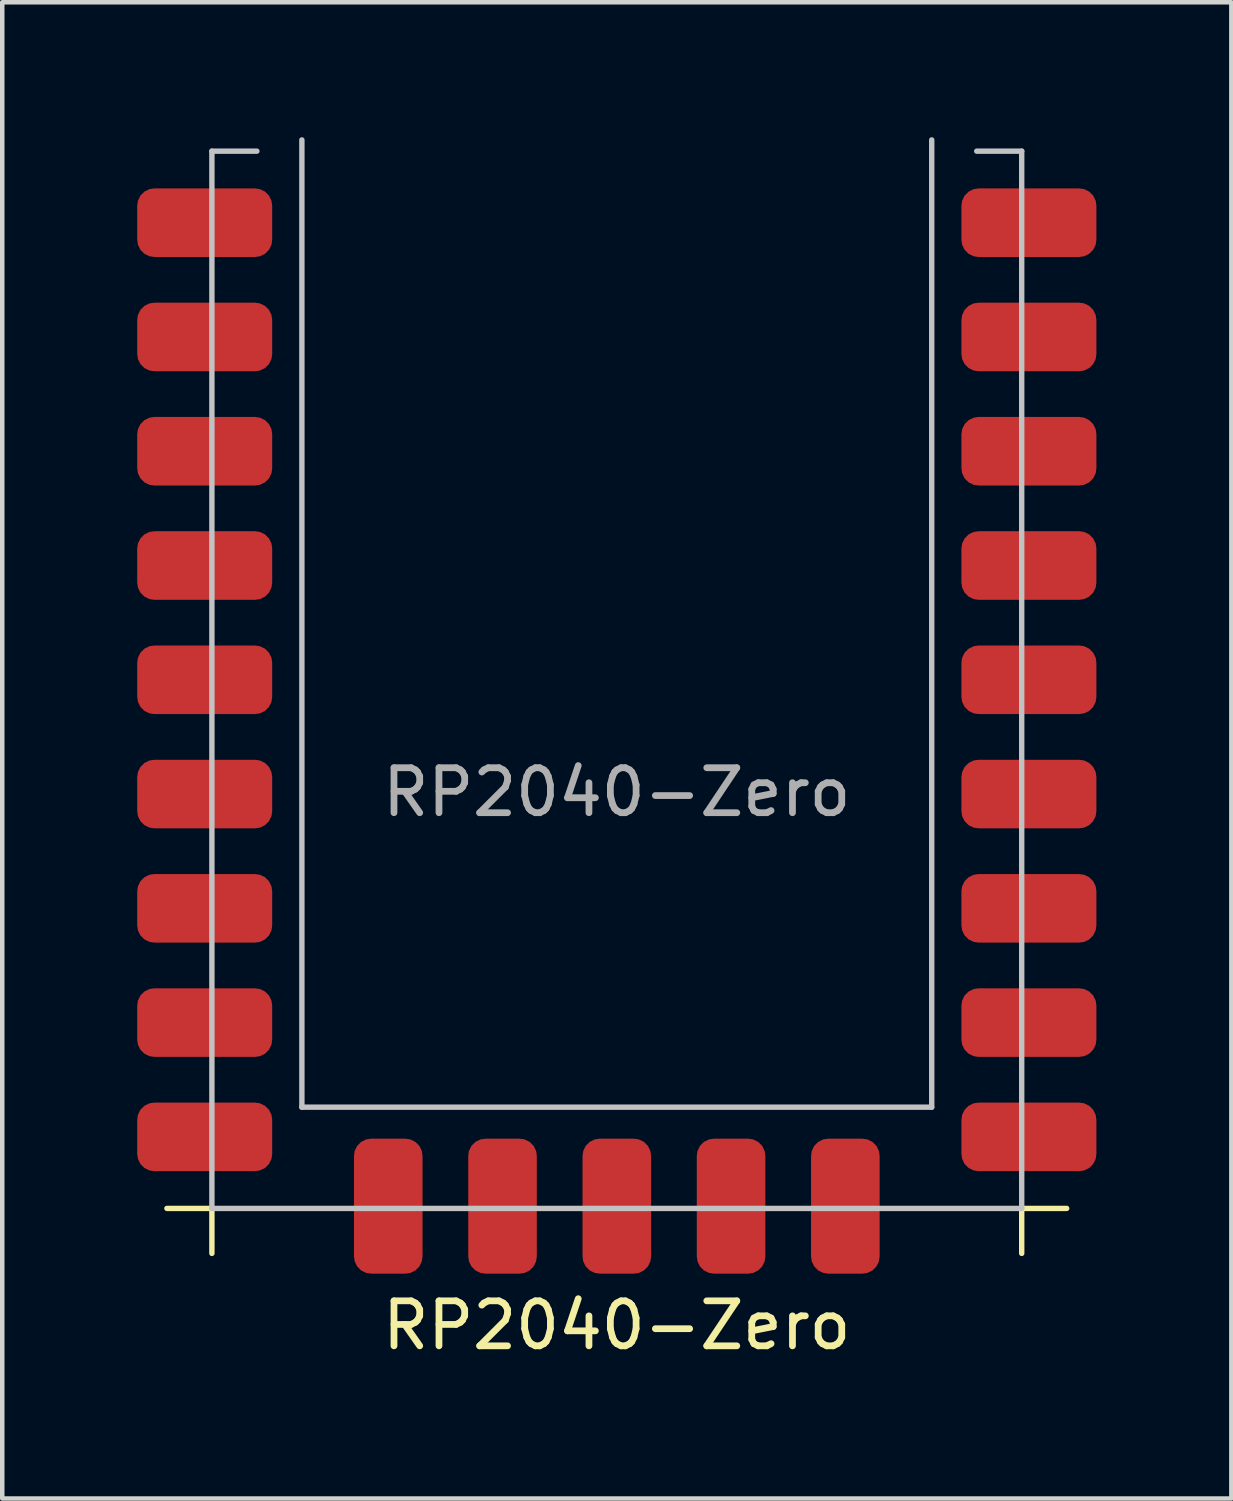
<source format=kicad_pcb>
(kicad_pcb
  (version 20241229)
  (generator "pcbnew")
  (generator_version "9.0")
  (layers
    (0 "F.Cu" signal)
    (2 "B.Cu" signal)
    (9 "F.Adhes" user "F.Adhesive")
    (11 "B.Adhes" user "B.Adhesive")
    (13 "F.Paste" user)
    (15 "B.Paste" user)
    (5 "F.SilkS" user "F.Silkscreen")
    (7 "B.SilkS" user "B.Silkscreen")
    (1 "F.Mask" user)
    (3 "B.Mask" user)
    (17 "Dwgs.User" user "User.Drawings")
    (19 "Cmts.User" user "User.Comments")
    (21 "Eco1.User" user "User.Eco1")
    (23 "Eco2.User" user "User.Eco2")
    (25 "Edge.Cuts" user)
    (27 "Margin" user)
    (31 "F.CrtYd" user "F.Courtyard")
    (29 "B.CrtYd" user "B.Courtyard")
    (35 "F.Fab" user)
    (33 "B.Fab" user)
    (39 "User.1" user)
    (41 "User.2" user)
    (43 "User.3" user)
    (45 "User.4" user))
  (footprint "RP2040-Zero"
    (layer "F.Cu")
    (at 10.619 9.545)
    (property "Reference" "RP2040-Zero" (at 0.041 16.865 0) (unlocked yes) (layer "F.SilkS") (effects (font (size 1 1) (thickness 0.15))))
    (attr smd)
    (fp_line (start -8.959 14.265) (end -9.959 14.265) (stroke (width 0.12) (type solid)) (layer "F.SilkS"))
    (fp_line (start -8.959 14.265) (end -8.959 15.265) (stroke (width 0.12) (type solid)) (layer "F.SilkS"))
    (fp_line (start 9.041 14.265) (end 9.041 15.265) (stroke (width 0.12) (type solid)) (layer "F.SilkS"))
    (fp_line (start 9.041 14.265) (end 10.041 14.265) (stroke (width 0.12) (type solid)) (layer "F.SilkS"))
    (fp_line (start -8.959 -9.235) (end -8.959 14.265) (stroke (width 0.12) (type solid)) (layer "Dwgs.User"))
    (fp_line (start -8.959 -9.235) (end -7.959 -9.235) (stroke (width 0.12) (type solid)) (layer "Dwgs.User"))
    (fp_line (start -8.959 14.265) (end 9.041 14.265) (stroke (width 0.12) (type solid)) (layer "Dwgs.User"))
    (fp_line (start -6.959 -9.485) (end -6.959 12.015) (stroke (width 0.12) (type solid)) (layer "Dwgs.User"))
    (fp_line (start -6.959 12.015) (end 7.041 12.015) (stroke (width 0.12) (type solid)) (layer "Dwgs.User"))
    (fp_line (start 7.041 12.015) (end 7.041 -9.485) (stroke (width 0.12) (type solid)) (layer "Dwgs.User"))
    (fp_line (start 9.041 -9.235) (end 8.041 -9.235) (stroke (width 0.12) (type solid)) (layer "Dwgs.User"))
    (fp_line (start 9.041 14.265) (end 9.041 -9.235) (stroke (width 0.12) (type solid)) (layer "Dwgs.User"))
    (fp_text user "${REFERENCE}" (at 0.041 5.015 0) (unlocked yes) (layer "F.Fab") (effects (font (size 1 1) (thickness 0.15))))
    (pad "1" smd roundrect (at 9.201 -7.645 180) (size 3 1.524) (layers "F.Cu" "F.Mask" "F.Paste") (roundrect_rratio 0.25))
    (pad "2" smd roundrect (at 9.201 -5.105 180) (size 3 1.524) (layers "F.Cu" "F.Mask" "F.Paste") (roundrect_rratio 0.25))
    (pad "3" smd roundrect (at 9.201 -2.565 180) (size 3 1.524) (layers "F.Cu" "F.Mask" "F.Paste") (roundrect_rratio 0.25))
    (pad "4" smd roundrect (at 9.201 -0.025 180) (size 3 1.524) (layers "F.Cu" "F.Mask" "F.Paste") (roundrect_rratio 0.25))
    (pad "5" smd roundrect (at 9.201 2.515 180) (size 3 1.524) (layers "F.Cu" "F.Mask" "F.Paste") (roundrect_rratio 0.25))
    (pad "6" smd roundrect (at 9.201 5.055 180) (size 3 1.524) (layers "F.Cu" "F.Mask" "F.Paste") (roundrect_rratio 0.25))
    (pad "7" smd roundrect (at 9.201 7.595 180) (size 3 1.524) (layers "F.Cu" "F.Mask" "F.Paste") (roundrect_rratio 0.25))
    (pad "8" smd roundrect (at 9.201 10.135 180) (size 3 1.524) (layers "F.Cu" "F.Mask" "F.Paste") (roundrect_rratio 0.25))
    (pad "9" smd roundrect (at 9.201 12.675 180) (size 3 1.524) (layers "F.Cu" "F.Mask" "F.Paste") (roundrect_rratio 0.25))
    (pad "10" smd roundrect (at 5.121 14.215 270) (size 3 1.524) (layers "F.Cu" "F.Mask" "F.Paste") (roundrect_rratio 0.25))
    (pad "11" smd roundrect (at 2.581 14.215 270) (size 3 1.524) (layers "F.Cu" "F.Mask" "F.Paste") (roundrect_rratio 0.25))
    (pad "12" smd roundrect (at 0.041 14.215 270) (size 3 1.524) (layers "F.Cu" "F.Mask" "F.Paste") (roundrect_rratio 0.25))
    (pad "13" smd roundrect (at -2.499 14.215 270) (size 3 1.524) (layers "F.Cu" "F.Mask" "F.Paste") (roundrect_rratio 0.25))
    (pad "14" smd roundrect (at -5.039 14.215 90) (size 3 1.524) (layers "F.Cu" "F.Mask" "F.Paste") (roundrect_rratio 0.25))
    (pad "15" smd roundrect (at -9.119 12.675 180) (size 3 1.524) (layers "F.Cu" "F.Mask" "F.Paste") (roundrect_rratio 0.25))
    (pad "16" smd roundrect (at -9.119 10.135 180) (size 3 1.524) (layers "F.Cu" "F.Mask" "F.Paste") (roundrect_rratio 0.25))
    (pad "17" smd roundrect (at -9.119 7.595 180) (size 3 1.524) (layers "F.Cu" "F.Mask" "F.Paste") (roundrect_rratio 0.25))
    (pad "18" smd roundrect (at -9.119 5.055 180) (size 3 1.524) (layers "F.Cu" "F.Mask" "F.Paste") (roundrect_rratio 0.25))
    (pad "19" smd roundrect (at -9.119 2.515 180) (size 3 1.524) (layers "F.Cu" "F.Mask" "F.Paste") (roundrect_rratio 0.25))
    (pad "20" smd roundrect (at -9.119 -0.025 180) (size 3 1.524) (layers "F.Cu" "F.Mask" "F.Paste") (roundrect_rratio 0.25))
    (pad "21" smd roundrect (at -9.119 -2.565 180) (size 3 1.524) (layers "F.Cu" "F.Mask" "F.Paste") (roundrect_rratio 0.25))
    (pad "22" smd roundrect (at -9.119 -5.105 180) (size 3 1.524) (layers "F.Cu" "F.Mask" "F.Paste") (roundrect_rratio 0.25))
    (pad "23" smd roundrect (at -9.119 -7.645 180) (size 3 1.524) (layers "F.Cu" "F.Mask" "F.Paste") (roundrect_rratio 0.25)))
  (gr_rect
    (start -3 -3)
    (end 24.32 30.258)
    (stroke (width 0.1) (type default))
    (fill no)
    (layer "Edge.Cuts")))
</source>
